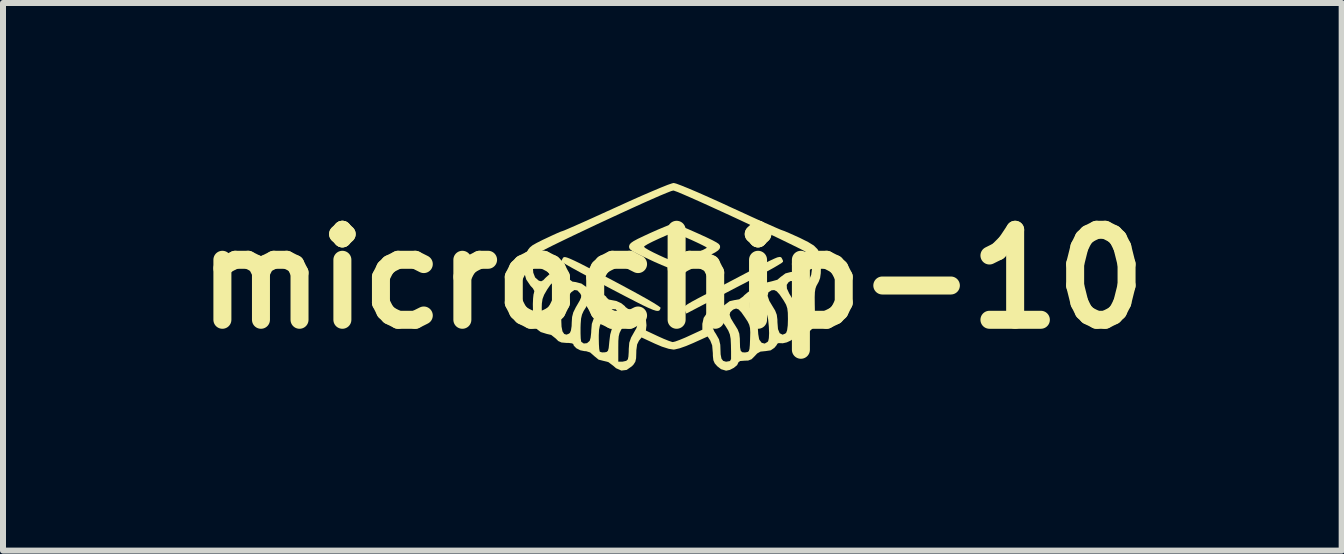
<source format=kicad_pcb>
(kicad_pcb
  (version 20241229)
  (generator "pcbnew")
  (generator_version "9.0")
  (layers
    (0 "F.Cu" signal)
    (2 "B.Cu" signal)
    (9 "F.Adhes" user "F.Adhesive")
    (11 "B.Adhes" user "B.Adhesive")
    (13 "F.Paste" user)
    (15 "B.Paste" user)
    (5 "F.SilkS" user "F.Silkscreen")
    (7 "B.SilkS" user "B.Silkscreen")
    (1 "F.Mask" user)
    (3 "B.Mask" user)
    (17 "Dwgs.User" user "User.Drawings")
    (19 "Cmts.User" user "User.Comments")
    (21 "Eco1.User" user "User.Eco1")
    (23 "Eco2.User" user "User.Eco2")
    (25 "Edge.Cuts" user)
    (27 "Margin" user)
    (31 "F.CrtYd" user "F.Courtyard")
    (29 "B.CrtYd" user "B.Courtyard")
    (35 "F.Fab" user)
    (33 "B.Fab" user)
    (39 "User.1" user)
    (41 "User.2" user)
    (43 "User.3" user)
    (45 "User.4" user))
  (footprint "microchip-10"
    (layer "F.Cu")
    (at 8.157 1.602)
    (property "Reference" "microchip-10" (at 0 0 0) (layer "F.SilkS") (effects (font (size 1.5 1.5) (thickness 0.3))))
    (attr board_only exclude_from_pos_files exclude_from_bom)
    (fp_poly (pts (xy 1.808 -0.366) (xy 1.821 -0.355) (xy 1.843 -0.311) (xy 1.845 -0.289) (xy 1.821 -0.268) (xy 1.76 -0.23) (xy 1.672 -0.179) (xy 1.564 -0.12) (xy 1.525 -0.1) (xy 1.404 -0.036) (xy 1.251 0.044) (xy 1.079 0.133) (xy 0.903 0.225) (xy 0.733 0.314) (xy 0.723 0.319) (xy 0.233 0.575) (xy 0.205 0.514) (xy 0.196 0.49) (xy 0.198 0.469) (xy 0.216 0.446) (xy 0.256 0.417) (xy 0.324 0.377) (xy 0.426 0.322) (xy 0.533 0.266) (xy 0.676 0.191) (xy 0.847 0.1) (xy 1.031 0.004) (xy 1.213 -0.092) (xy 1.339 -0.158) (xy 1.492 -0.239) (xy 1.608 -0.298) (xy 1.691 -0.337) (xy 1.748 -0.361) (xy 1.785 -0.369)) (stroke (width 0) (type solid)) (fill yes) (layer "F.SilkS"))
    (fp_poly (pts (xy -1.756 -0.359) (xy -1.706 -0.34) (xy -1.635 -0.308) (xy -1.538 -0.261) (xy -1.412 -0.196) (xy -1.251 -0.113) (xy -1.051 -0.008) (xy -0.988 0.025) (xy -0.773 0.14) (xy -0.587 0.241) (xy -0.434 0.326) (xy -0.317 0.394) (xy -0.238 0.444) (xy -0.199 0.473) (xy -0.196 0.48) (xy -0.204 0.505) (xy -0.216 0.523) (xy -0.238 0.531) (xy -0.272 0.528) (xy -0.323 0.512) (xy -0.397 0.481) (xy -0.496 0.434) (xy -0.626 0.368) (xy -0.791 0.283) (xy -0.994 0.177) (xy -1.037 0.154) (xy -1.221 0.058) (xy -1.39 -0.033) (xy -1.54 -0.114) (xy -1.665 -0.183) (xy -1.761 -0.237) (xy -1.822 -0.274) (xy -1.844 -0.289) (xy -1.837 -0.328) (xy -1.821 -0.356) (xy -1.809 -0.365) (xy -1.789 -0.367)) (stroke (width 0) (type solid)) (fill yes) (layer "F.SilkS"))
    (fp_poly (pts (xy 0.058 -0.916) (xy 0.13 -0.889) (xy 0.231 -0.847) (xy 0.35 -0.795) (xy 0.433 -0.758) (xy 0.571 -0.695) (xy 0.67 -0.647) (xy 0.735 -0.612) (xy 0.774 -0.585) (xy 0.792 -0.562) (xy 0.796 -0.538) (xy 0.796 -0.53) (xy 0.787 -0.504) (xy 0.762 -0.477) (xy 0.715 -0.445) (xy 0.639 -0.405) (xy 0.527 -0.352) (xy 0.438 -0.311) (xy 0.313 -0.255) (xy 0.201 -0.208) (xy 0.111 -0.174) (xy 0.052 -0.155) (xy 0.038 -0.153) (xy -0.002 -0.164) (xy -0.077 -0.193) (xy -0.179 -0.235) (xy -0.3 -0.288) (xy -0.37 -0.321) (xy -0.505 -0.384) (xy -0.601 -0.431) (xy -0.665 -0.465) (xy -0.701 -0.493) (xy -0.718 -0.516) (xy -0.721 -0.538) (xy -0.473 -0.538) (xy -0.451 -0.518) (xy -0.394 -0.484) (xy -0.313 -0.442) (xy -0.219 -0.397) (xy -0.123 -0.353) (xy -0.037 -0.317) (xy 0.029 -0.293) (xy 0.062 -0.286) (xy 0.063 -0.286) (xy 0.095 -0.3) (xy 0.162 -0.328) (xy 0.253 -0.368) (xy 0.332 -0.402) (xy 0.431 -0.447) (xy 0.511 -0.486) (xy 0.562 -0.513) (xy 0.575 -0.524) (xy 0.553 -0.539) (xy 0.495 -0.569) (xy 0.408 -0.611) (xy 0.302 -0.66) (xy 0.3 -0.66) (xy 0.025 -0.783) (xy -0.225 -0.673) (xy -0.326 -0.626) (xy -0.407 -0.585) (xy -0.459 -0.553) (xy -0.473 -0.538) (xy -0.721 -0.538) (xy -0.721 -0.54) (xy -0.721 -0.549) (xy -0.712 -0.576) (xy -0.69 -0.602) (xy -0.647 -0.632) (xy -0.577 -0.67) (xy -0.472 -0.72) (xy -0.366 -0.769) (xy -0.242 -0.824) (xy -0.132 -0.87) (xy -0.045 -0.905) (xy 0.01 -0.924) (xy 0.022 -0.926)) (stroke (width 0) (type solid)) (fill yes) (layer "F.SilkS"))
    (fp_poly (pts (xy 0.066 -1.591) (xy 0.149 -1.56) (xy 0.27 -1.511) (xy 0.423 -1.446) (xy 0.606 -1.365) (xy 0.813 -1.272) (xy 0.944 -1.211) (xy 1.137 -1.123) (xy 1.317 -1.04) (xy 1.478 -0.967) (xy 1.616 -0.906) (xy 1.724 -0.858) (xy 1.798 -0.826) (xy 1.832 -0.813) (xy 1.833 -0.813) (xy 1.872 -0.799) (xy 1.945 -0.768) (xy 2.041 -0.725) (xy 2.127 -0.686) (xy 2.263 -0.618) (xy 2.359 -0.559) (xy 2.421 -0.497) (xy 2.457 -0.425) (xy 2.473 -0.332) (xy 2.477 -0.21) (xy 2.474 -0.097) (xy 2.463 -0.018) (xy 2.44 0.044) (xy 2.423 0.075) (xy 2.4 0.117) (xy 2.385 0.161) (xy 2.376 0.219) (xy 2.373 0.3) (xy 2.374 0.418) (xy 2.375 0.465) (xy 2.377 0.594) (xy 2.376 0.682) (xy 2.371 0.742) (xy 2.359 0.783) (xy 2.34 0.815) (xy 2.32 0.84) (xy 2.263 0.891) (xy 2.197 0.91) (xy 2.155 0.912) (xy 2.081 0.92) (xy 2.052 0.941) (xy 2.052 0.944) (xy 2.03 0.983) (xy 1.977 1.023) (xy 1.908 1.055) (xy 1.841 1.07) (xy 1.821 1.069) (xy 1.771 1.067) (xy 1.752 1.076) (xy 1.736 1.104) (xy 1.701 1.146) (xy 1.639 1.188) (xy 1.549 1.201) (xy 1.546 1.201) (xy 1.469 1.209) (xy 1.414 1.24) (xy 1.375 1.282) (xy 1.321 1.336) (xy 1.265 1.358) (xy 1.204 1.36) (xy 1.13 1.366) (xy 1.101 1.387) (xy 1.101 1.39) (xy 1.08 1.434) (xy 1.026 1.479) (xy 0.958 1.514) (xy 0.896 1.527) (xy 0.812 1.502) (xy 0.749 1.453) (xy 0.706 1.404) (xy 0.684 1.353) (xy 0.676 1.282) (xy 0.675 1.234) (xy 0.664 1.105) (xy 0.632 1.023) (xy 0.588 0.957) (xy 0.35 1.065) (xy 0.229 1.116) (xy 0.121 1.154) (xy 0.04 1.173) (xy 0.019 1.175) (xy -0.061 1.162) (xy -0.174 1.126) (xy -0.294 1.075) (xy -0.513 0.973) (xy -0.557 1.028) (xy -0.587 1.09) (xy -0.6 1.186) (xy -0.601 1.231) (xy -0.604 1.32) (xy -0.617 1.378) (xy -0.647 1.425) (xy -0.674 1.453) (xy -0.761 1.514) (xy -0.849 1.525) (xy -0.938 1.486) (xy -0.984 1.446) (xy -1.066 1.384) (xy -1.094 1.376) (xy -0.901 1.376) (xy -0.828 1.376) (xy -0.768 1.363) (xy -0.741 1.337) (xy -0.732 1.29) (xy -0.727 1.214) (xy -0.726 1.162) (xy -0.718 1.061) (xy -0.688 0.975) (xy -0.651 0.909) (xy -0.598 0.816) (xy -0.578 0.75) (xy -0.589 0.702) (xy -0.606 0.681) (xy -0.656 0.652) (xy -0.711 0.667) (xy -0.773 0.728) (xy -0.813 0.782) (xy -0.854 0.846) (xy -0.88 0.899) (xy -0.894 0.955) (xy -0.9 1.031) (xy -0.901 1.14) (xy -0.901 1.145) (xy -0.901 1.376) (xy -1.094 1.376) (xy -1.149 1.363) (xy -1.229 1.343) (xy -1.301 1.284) (xy -1.305 1.28) (xy -1.37 1.223) (xy -1.438 1.202) (xy -1.464 1.201) (xy -1.534 1.187) (xy -1.6 1.153) (xy -1.643 1.109) (xy -1.652 1.082) (xy -1.674 1.071) (xy -1.731 1.064) (xy -1.766 1.064) (xy -1.847 1.057) (xy -1.901 1.033) (xy -1.943 0.991) (xy -2.019 0.931) (xy -2.093 0.914) (xy -2.193 0.883) (xy -2.248 0.842) (xy -2.279 0.807) (xy -2.299 0.77) (xy -2.311 0.718) (xy -2.318 0.64) (xy -2.323 0.527) (xy -2.324 0.479) (xy -2.177 0.479) (xy -2.174 0.601) (xy -2.164 0.681) (xy -2.144 0.727) (xy -2.11 0.747) (xy -2.077 0.751) (xy -2.019 0.737) (xy -1.993 0.694) (xy -1.989 0.668) (xy -1.852 0.668) (xy -1.847 0.792) (xy -1.831 0.872) (xy -1.802 0.915) (xy -1.764 0.926) (xy -1.724 0.91) (xy -1.719 0.906) (xy -1.53 0.906) (xy -1.527 0.989) (xy -1.52 1.039) (xy -1.517 1.046) (xy -1.476 1.074) (xy -1.422 1.068) (xy -1.379 1.031) (xy -1.377 1.028) (xy -1.366 0.99) (xy -1.226 0.99) (xy -1.224 1.086) (xy -1.219 1.163) (xy -1.211 1.206) (xy -1.208 1.211) (xy -1.172 1.222) (xy -1.127 1.221) (xy -1.094 1.214) (xy -1.073 1.194) (xy -1.061 1.15) (xy -1.053 1.071) (xy -1.05 1.039) (xy -1.036 0.926) (xy -1.011 0.838) (xy -0.965 0.752) (xy -0.954 0.734) (xy -0.908 0.658) (xy -0.889 0.608) (xy -0.892 0.57) (xy -0.9 0.553) (xy -0.945 0.503) (xy -1 0.502) (xy -1.064 0.547) (xy -1.134 0.639) (xy -1.137 0.644) (xy -1.182 0.72) (xy -1.209 0.781) (xy -1.222 0.847) (xy -1.226 0.935) (xy -1.226 0.99) (xy -1.366 0.99) (xy -1.362 0.975) (xy -1.353 0.895) (xy -1.351 0.849) (xy -1.342 0.747) (xy -1.31 0.656) (xy -1.276 0.597) (xy -1.226 0.508) (xy -1.205 0.448) (xy -1.212 0.403) (xy -1.241 0.365) (xy -1.284 0.333) (xy -1.324 0.334) (xy -1.37 0.373) (xy -1.428 0.452) (xy -1.434 0.461) (xy -1.479 0.532) (xy -1.506 0.592) (xy -1.521 0.657) (xy -1.528 0.746) (xy -1.53 0.806) (xy -1.53 0.906) (xy -1.719 0.906) (xy -1.707 0.896) (xy -1.69 0.856) (xy -1.679 0.784) (xy -1.677 0.724) (xy -1.671 0.632) (xy -1.651 0.555) (xy -1.609 0.47) (xy -1.589 0.436) (xy -1.543 0.357) (xy -1.521 0.305) (xy -1.52 0.27) (xy -1.536 0.239) (xy -1.583 0.189) (xy -1.632 0.182) (xy -1.686 0.22) (xy -1.749 0.305) (xy -1.76 0.322) (xy -1.807 0.402) (xy -1.835 0.466) (xy -1.848 0.533) (xy -1.852 0.624) (xy -1.852 0.668) (xy -1.989 0.668) (xy -1.983 0.635) (xy -1.978 0.552) (xy -1.977 0.52) (xy -1.965 0.416) (xy -1.923 0.315) (xy -1.902 0.279) (xy -1.851 0.189) (xy -1.83 0.126) (xy -1.837 0.082) (xy -1.857 0.055) (xy -1.911 0.023) (xy -1.969 0.036) (xy -2.032 0.095) (xy -2.086 0.173) (xy -2.137 0.261) (xy -2.164 0.332) (xy -2.175 0.409) (xy -2.177 0.479) (xy -2.324 0.479) (xy -2.325 0.416) (xy -2.321 0.321) (xy -2.314 0.256) (xy -2.308 0.236) (xy -2.3 0.199) (xy -2.324 0.155) (xy -2.364 0.112) (xy -2.435 0.007) (xy -2.473 -0.123) (xy -2.475 -0.222) (xy -2.327 -0.222) (xy -2.318 -0.106) (xy -2.287 -0.027) (xy -2.23 0.023) (xy -2.226 0.026) (xy -2.187 0.037) (xy -2.151 0.018) (xy -2.113 -0.022) (xy -2.053 -0.076) (xy -1.986 -0.11) (xy -1.978 -0.112) (xy -1.891 -0.11) (xy -1.801 -0.073) (xy -1.73 -0.013) (xy -1.72 0.001) (xy -1.666 0.042) (xy -1.609 0.05) (xy -1.515 0.075) (xy -1.443 0.125) (xy -1.379 0.171) (xy -1.32 0.198) (xy -1.303 0.2) (xy -1.233 0.214) (xy -1.161 0.248) (xy -1.106 0.29) (xy -1.092 0.312) (xy -1.059 0.341) (xy -1.013 0.35) (xy -0.933 0.365) (xy -0.852 0.402) (xy -0.792 0.45) (xy -0.781 0.466) (xy -0.738 0.497) (xy -0.664 0.512) (xy -0.662 0.513) (xy -0.565 0.54) (xy -0.487 0.602) (xy -0.439 0.686) (xy -0.431 0.77) (xy -0.441 0.858) (xy -0.239 0.953) (xy -0.143 0.996) (xy -0.061 1.029) (xy -0.004 1.048) (xy 0.008 1.05) (xy 0.05 1.04) (xy 0.124 1.013) (xy 0.218 0.974) (xy 0.277 0.947) (xy 0.5 0.844) (xy 0.5 0.745) (xy 0.508 0.712) (xy 0.656 0.712) (xy 0.659 0.783) (xy 0.702 0.877) (xy 0.726 0.913) (xy 0.778 1.005) (xy 0.799 1.094) (xy 0.801 1.143) (xy 0.805 1.255) (xy 0.819 1.326) (xy 0.847 1.363) (xy 0.891 1.376) (xy 0.904 1.376) (xy 0.961 1.366) (xy 0.979 1.333) (xy 0.979 1.287) (xy 0.979 1.208) (xy 0.977 1.111) (xy 0.977 1.101) (xy 0.972 0.997) (xy 0.959 0.923) (xy 0.933 0.859) (xy 0.887 0.784) (xy 0.886 0.782) (xy 0.836 0.713) (xy 0.791 0.666) (xy 0.765 0.651) (xy 0.691 0.666) (xy 0.656 0.712) (xy 0.508 0.712) (xy 0.522 0.647) (xy 0.558 0.595) (xy 0.955 0.595) (xy 0.975 0.653) (xy 1.025 0.737) (xy 1.039 0.758) (xy 1.09 0.841) (xy 1.116 0.91) (xy 1.125 0.991) (xy 1.126 1.04) (xy 1.129 1.137) (xy 1.14 1.194) (xy 1.164 1.219) (xy 1.208 1.223) (xy 1.225 1.221) (xy 1.256 1.215) (xy 1.275 1.2) (xy 1.286 1.164) (xy 1.292 1.099) (xy 1.296 0.996) (xy 1.299 0.889) (xy 1.295 0.817) (xy 1.282 0.762) (xy 1.256 0.708) (xy 1.212 0.641) (xy 1.15 0.553) (xy 1.104 0.505) (xy 1.063 0.491) (xy 1.021 0.505) (xy 1.004 0.516) (xy 0.966 0.552) (xy 0.955 0.595) (xy 0.558 0.595) (xy 0.577 0.566) (xy 0.657 0.514) (xy 0.726 0.5) (xy 0.81 0.479) (xy 0.88 0.425) (xy 0.917 0.397) (xy 1.284 0.397) (xy 1.285 0.469) (xy 1.329 0.566) (xy 1.351 0.601) (xy 1.404 0.697) (xy 1.425 0.791) (xy 1.426 0.83) (xy 1.432 0.917) (xy 1.445 0.993) (xy 1.451 1.012) (xy 1.489 1.062) (xy 1.54 1.075) (xy 1.588 1.047) (xy 1.599 1.031) (xy 1.609 0.983) (xy 1.613 0.901) (xy 1.609 0.799) (xy 1.608 0.787) (xy 1.597 0.673) (xy 1.578 0.59) (xy 1.546 0.519) (xy 1.516 0.47) (xy 1.457 0.387) (xy 1.41 0.345) (xy 1.366 0.336) (xy 1.324 0.351) (xy 1.284 0.397) (xy 0.917 0.397) (xy 0.956 0.368) (xy 1.037 0.35) (xy 1.041 0.35) (xy 1.115 0.337) (xy 1.179 0.291) (xy 1.19 0.279) (xy 1.588 0.279) (xy 1.616 0.362) (xy 1.662 0.439) (xy 1.714 0.525) (xy 1.741 0.595) (xy 1.751 0.673) (xy 1.752 0.72) (xy 1.761 0.834) (xy 1.789 0.902) (xy 1.836 0.926) (xy 1.839 0.926) (xy 1.88 0.91) (xy 1.897 0.896) (xy 1.913 0.854) (xy 1.924 0.771) (xy 1.927 0.667) (xy 1.925 0.561) (xy 1.916 0.487) (xy 1.896 0.427) (xy 1.86 0.364) (xy 1.85 0.348) (xy 1.788 0.257) (xy 1.74 0.204) (xy 1.698 0.183) (xy 1.654 0.187) (xy 1.654 0.187) (xy 1.601 0.221) (xy 1.588 0.279) (xy 1.19 0.279) (xy 1.197 0.271) (xy 1.267 0.212) (xy 1.344 0.19) (xy 1.356 0.189) (xy 1.441 0.169) (xy 1.506 0.115) (xy 1.529 0.096) (xy 1.907 0.096) (xy 1.91 0.158) (xy 1.949 0.242) (xy 1.989 0.307) (xy 2.041 0.392) (xy 2.068 0.463) (xy 2.077 0.545) (xy 2.077 0.577) (xy 2.08 0.657) (xy 2.087 0.715) (xy 2.094 0.734) (xy 2.138 0.751) (xy 2.194 0.744) (xy 2.234 0.718) (xy 2.237 0.711) (xy 2.245 0.667) (xy 2.25 0.59) (xy 2.252 0.495) (xy 2.252 0.49) (xy 2.25 0.391) (xy 2.24 0.322) (xy 2.215 0.263) (xy 2.171 0.192) (xy 2.158 0.173) (xy 2.086 0.083) (xy 2.026 0.036) (xy 1.974 0.031) (xy 1.938 0.051) (xy 1.907 0.096) (xy 1.529 0.096) (xy 1.58 0.055) (xy 1.658 0.037) (xy 1.751 0.011) (xy 1.806 -0.036) (xy 1.886 -0.095) (xy 1.971 -0.117) (xy 2.038 -0.123) (xy 2.086 -0.11) (xy 2.134 -0.071) (xy 2.163 -0.041) (xy 2.249 0.05) (xy 2.288 -0.005) (xy 2.315 -0.073) (xy 2.327 -0.167) (xy 2.326 -0.269) (xy 2.312 -0.359) (xy 2.284 -0.42) (xy 2.283 -0.42) (xy 2.253 -0.44) (xy 2.182 -0.478) (xy 2.077 -0.531) (xy 1.942 -0.597) (xy 1.784 -0.674) (xy 1.607 -0.758) (xy 1.418 -0.848) (xy 1.221 -0.94) (xy 1.022 -1.033) (xy 0.826 -1.123) (xy 0.64 -1.208) (xy 0.468 -1.286) (xy 0.315 -1.354) (xy 0.189 -1.409) (xy 0.092 -1.45) (xy 0.032 -1.472) (xy 0.016 -1.476) (xy -0.021 -1.466) (xy -0.097 -1.436) (xy -0.208 -1.39) (xy -0.347 -1.329) (xy -0.509 -1.257) (xy -0.689 -1.175) (xy -0.881 -1.087) (xy -1.08 -0.995) (xy -1.28 -0.902) (xy -1.476 -0.809) (xy -1.662 -0.721) (xy -1.834 -0.638) (xy -1.984 -0.565) (xy -2.109 -0.502) (xy -2.202 -0.453) (xy -2.258 -0.421) (xy -2.271 -0.411) (xy -2.31 -0.35) (xy -2.326 -0.269) (xy -2.327 -0.222) (xy -2.475 -0.222) (xy -2.476 -0.266) (xy -2.443 -0.409) (xy -2.429 -0.443) (xy -2.404 -0.49) (xy -2.374 -0.528) (xy -2.33 -0.564) (xy -2.261 -0.603) (xy -2.158 -0.655) (xy -2.117 -0.674) (xy -2.011 -0.724) (xy -1.921 -0.765) (xy -1.857 -0.792) (xy -1.829 -0.801) (xy -1.802 -0.811) (xy -1.734 -0.84) (xy -1.631 -0.885) (xy -1.497 -0.944) (xy -1.339 -1.015) (xy -1.161 -1.096) (xy -0.967 -1.184) (xy -0.929 -1.201) (xy -0.707 -1.302) (xy -0.507 -1.391) (xy -0.332 -1.466) (xy -0.187 -1.527) (xy -0.077 -1.571) (xy -0.004 -1.596) (xy 0.023 -1.602)) (stroke (width 0) (type solid)) (fill yes) (layer "F.SilkS")))
  (gr_rect
    (start -3 -3)
    (end 19.314 6.128)
    (stroke (width 0.1) (type default))
    (fill no)
    (layer "Edge.Cuts")))
</source>
